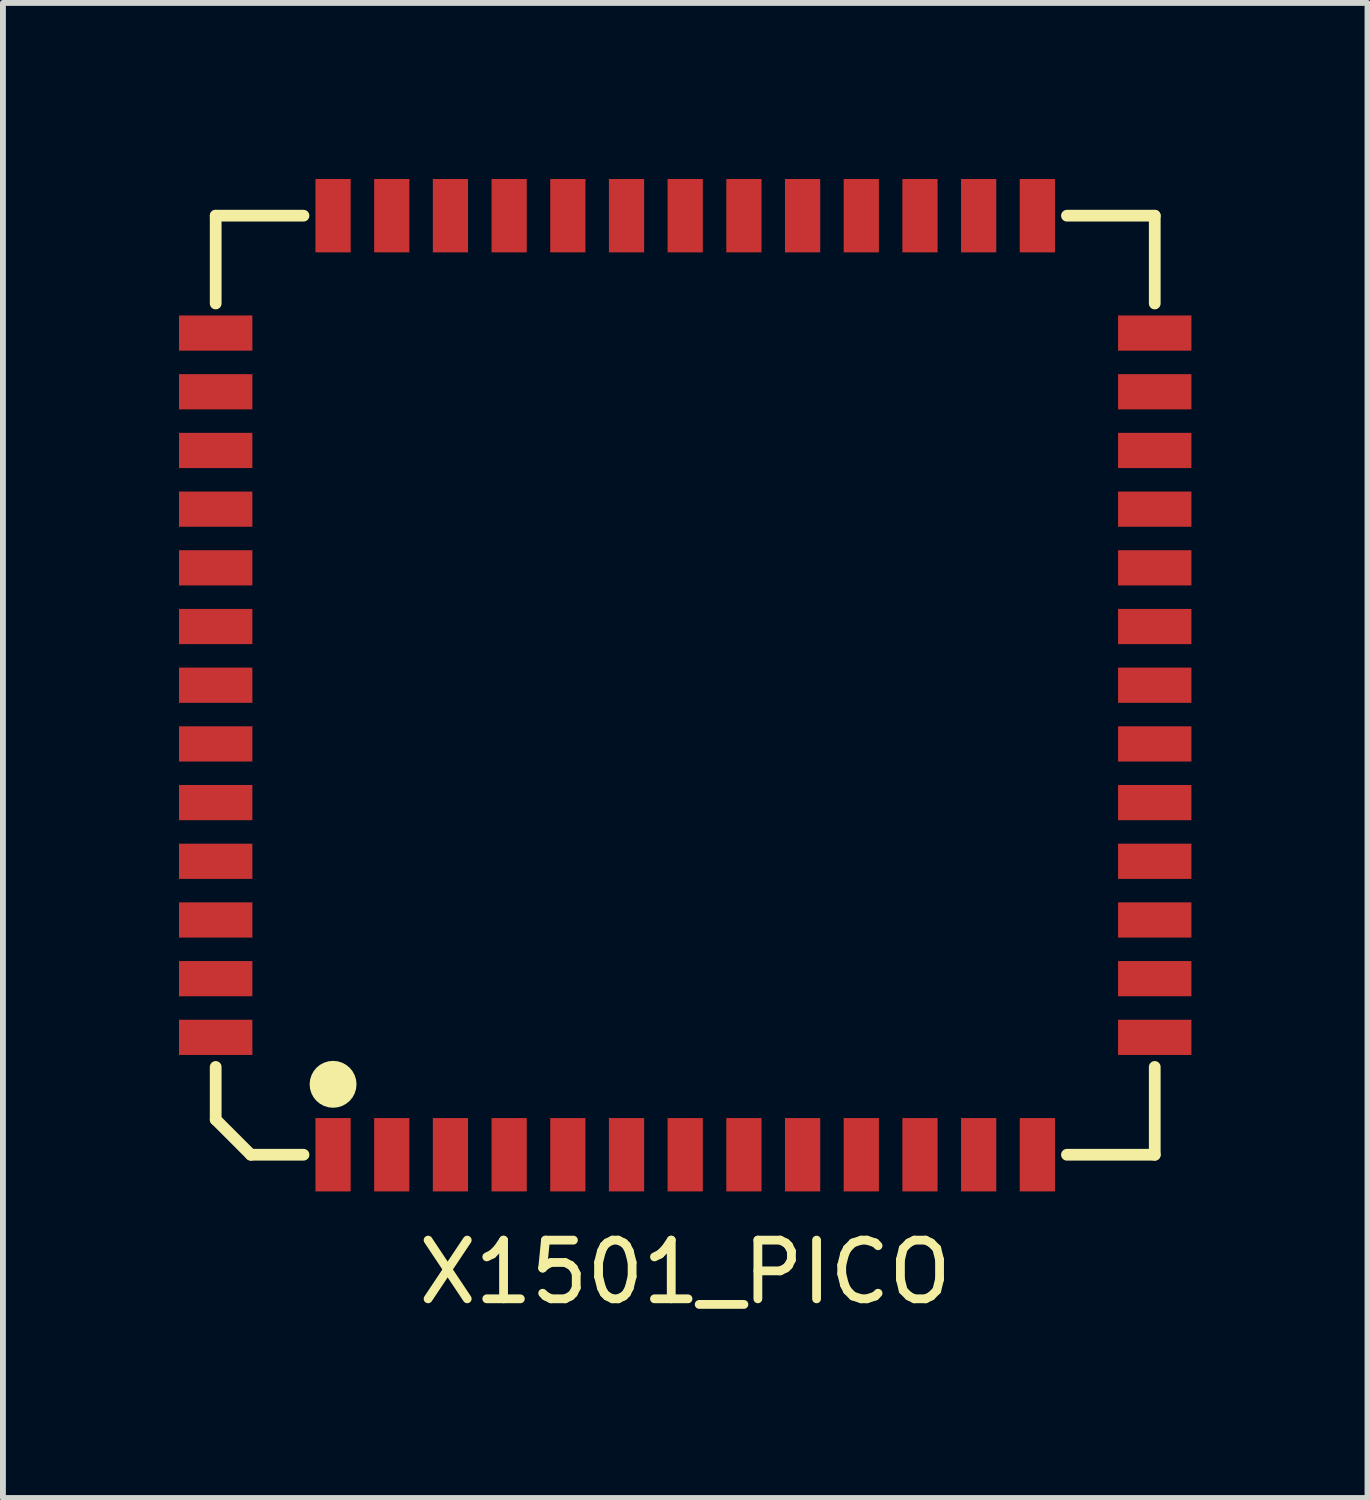
<source format=kicad_pcb>
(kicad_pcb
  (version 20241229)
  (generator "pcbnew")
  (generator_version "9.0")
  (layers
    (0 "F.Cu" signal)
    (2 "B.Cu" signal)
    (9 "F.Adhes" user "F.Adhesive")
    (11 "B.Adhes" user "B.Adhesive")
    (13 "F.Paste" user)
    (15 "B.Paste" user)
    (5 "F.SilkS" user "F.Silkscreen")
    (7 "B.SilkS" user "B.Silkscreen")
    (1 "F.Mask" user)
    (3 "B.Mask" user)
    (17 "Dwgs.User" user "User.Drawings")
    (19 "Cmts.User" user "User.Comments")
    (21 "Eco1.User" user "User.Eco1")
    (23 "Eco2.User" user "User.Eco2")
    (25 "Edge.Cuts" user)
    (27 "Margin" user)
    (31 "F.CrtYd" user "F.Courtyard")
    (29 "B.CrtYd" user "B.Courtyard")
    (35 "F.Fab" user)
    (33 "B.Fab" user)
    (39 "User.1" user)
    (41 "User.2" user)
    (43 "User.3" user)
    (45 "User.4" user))
  (footprint "X1501_PICO"
    (layer "F.Cu")
    (at 8.625 8.625)
    (property "Reference" "X1501_PICO" (at 0 10 0) (layer "F.SilkS") (effects (font (size 1 1) (thickness 0.15))))
    (attr through_hole)
    (fp_line (start -8 -8) (end -6.504 -8) (stroke (width 0.2) (type solid)) (layer "F.SilkS"))
    (fp_line (start -8 -6.504) (end -8 -8) (stroke (width 0.2) (type solid)) (layer "F.SilkS"))
    (fp_line (start -8 6.504) (end -8 7.401) (stroke (width 0.2) (type solid)) (layer "F.SilkS"))
    (fp_line (start -8 7.401) (end -7.401 8) (stroke (width 0.2) (type solid)) (layer "F.SilkS"))
    (fp_line (start -7.401 8) (end -6.504 8) (stroke (width 0.2) (type solid)) (layer "F.SilkS"))
    (fp_line (start 6.504 -8) (end 8 -8) (stroke (width 0.2) (type solid)) (layer "F.SilkS"))
    (fp_line (start 8 -8) (end 8 -6.504) (stroke (width 0.2) (type solid)) (layer "F.SilkS"))
    (fp_line (start 8 6.504) (end 8 8) (stroke (width 0.2) (type solid)) (layer "F.SilkS"))
    (fp_line (start 8 8) (end 6.504 8) (stroke (width 0.2) (type solid)) (layer "F.SilkS"))
    (fp_circle (center -6 6.8) (end -6 7) (stroke (width 0.399) (type solid)) (fill no) (layer "F.SilkS"))
    (pad "1" smd rect (at -6 8) (size 0.6 1.25) (layers "F.Cu" "F.Mask" "F.Paste"))
    (pad "2" smd rect (at -5 8) (size 0.6 1.25) (layers "F.Cu" "F.Mask" "F.Paste"))
    (pad "3" smd rect (at -4 8) (size 0.6 1.25) (layers "F.Cu" "F.Mask" "F.Paste"))
    (pad "4" smd rect (at -3 8) (size 0.6 1.25) (layers "F.Cu" "F.Mask" "F.Paste"))
    (pad "5" smd rect (at -2 8) (size 0.6 1.25) (layers "F.Cu" "F.Mask" "F.Paste"))
    (pad "6" smd rect (at -1 8) (size 0.6 1.25) (layers "F.Cu" "F.Mask" "F.Paste"))
    (pad "7" smd rect (at -0.000025 8) (size 0.6 1.25) (layers "F.Cu" "F.Mask" "F.Paste"))
    (pad "8" smd rect (at 1 8) (size 0.6 1.25) (layers "F.Cu" "F.Mask" "F.Paste"))
    (pad "9" smd rect (at 2 8) (size 0.6 1.25) (layers "F.Cu" "F.Mask" "F.Paste"))
    (pad "10" smd rect (at 3 8) (size 0.6 1.25) (layers "F.Cu" "F.Mask" "F.Paste"))
    (pad "11" smd rect (at 4 8) (size 0.6 1.25) (layers "F.Cu" "F.Mask" "F.Paste"))
    (pad "12" smd rect (at 5 8) (size 0.6 1.25) (layers "F.Cu" "F.Mask" "F.Paste"))
    (pad "13" smd rect (at 6 8) (size 0.6 1.25) (layers "F.Cu" "F.Mask" "F.Paste"))
    (pad "14" smd rect (at 8 6 90) (size 0.6 1.25) (layers "F.Cu" "F.Mask" "F.Paste"))
    (pad "15" smd rect (at 8 5 90) (size 0.6 1.25) (layers "F.Cu" "F.Mask" "F.Paste"))
    (pad "16" smd rect (at 8 4 90) (size 0.6 1.25) (layers "F.Cu" "F.Mask" "F.Paste"))
    (pad "17" smd rect (at 8 3 90) (size 0.6 1.25) (layers "F.Cu" "F.Mask" "F.Paste"))
    (pad "18" smd rect (at 8 2 90) (size 0.6 1.25) (layers "F.Cu" "F.Mask" "F.Paste"))
    (pad "19" smd rect (at 8 1 90) (size 0.6 1.25) (layers "F.Cu" "F.Mask" "F.Paste"))
    (pad "20" smd rect (at 8 0.000025 90) (size 0.6 1.25) (layers "F.Cu" "F.Mask" "F.Paste"))
    (pad "21" smd rect (at 8 -1 90) (size 0.6 1.25) (layers "F.Cu" "F.Mask" "F.Paste"))
    (pad "22" smd rect (at 8 -2 90) (size 0.6 1.25) (layers "F.Cu" "F.Mask" "F.Paste"))
    (pad "23" smd rect (at 8 -3 90) (size 0.6 1.25) (layers "F.Cu" "F.Mask" "F.Paste"))
    (pad "24" smd rect (at 8 -4 90) (size 0.6 1.25) (layers "F.Cu" "F.Mask" "F.Paste"))
    (pad "25" smd rect (at 8 -5 90) (size 0.6 1.25) (layers "F.Cu" "F.Mask" "F.Paste"))
    (pad "26" smd rect (at 8 -6 270) (size 0.6 1.25) (layers "F.Cu" "F.Mask" "F.Paste"))
    (pad "27" smd rect (at 6 -8) (size 0.6 1.25) (layers "F.Cu" "F.Mask" "F.Paste"))
    (pad "28" smd rect (at 5 -8) (size 0.6 1.25) (layers "F.Cu" "F.Mask" "F.Paste"))
    (pad "29" smd rect (at 4 -8) (size 0.6 1.25) (layers "F.Cu" "F.Mask" "F.Paste"))
    (pad "30" smd rect (at 3 -8) (size 0.6 1.25) (layers "F.Cu" "F.Mask" "F.Paste"))
    (pad "31" smd rect (at 2 -8) (size 0.6 1.25) (layers "F.Cu" "F.Mask" "F.Paste"))
    (pad "32" smd rect (at 1 -8) (size 0.6 1.25) (layers "F.Cu" "F.Mask" "F.Paste"))
    (pad "33" smd rect (at -0.000025 -8) (size 0.6 1.25) (layers "F.Cu" "F.Mask" "F.Paste"))
    (pad "34" smd rect (at -1 -8) (size 0.6 1.25) (layers "F.Cu" "F.Mask" "F.Paste"))
    (pad "35" smd rect (at -2 -8 180) (size 0.6 1.25) (layers "F.Cu" "F.Mask" "F.Paste"))
    (pad "36" smd rect (at -3 -8) (size 0.6 1.25) (layers "F.Cu" "F.Mask" "F.Paste"))
    (pad "37" smd rect (at -4 -8) (size 0.6 1.25) (layers "F.Cu" "F.Mask" "F.Paste"))
    (pad "38" smd rect (at -5 -8) (size 0.6 1.25) (layers "F.Cu" "F.Mask" "F.Paste"))
    (pad "39" smd rect (at -6 -8) (size 0.6 1.25) (layers "F.Cu" "F.Mask" "F.Paste"))
    (pad "40" smd rect (at -8 -6 90) (size 0.6 1.25) (layers "F.Cu" "F.Mask" "F.Paste"))
    (pad "41" smd rect (at -8 -5 270) (size 0.6 1.25) (layers "F.Cu" "F.Mask" "F.Paste"))
    (pad "42" smd rect (at -8 -4 270) (size 0.6 1.25) (layers "F.Cu" "F.Mask" "F.Paste"))
    (pad "43" smd rect (at -8 -3 270) (size 0.6 1.25) (layers "F.Cu" "F.Mask" "F.Paste"))
    (pad "44" smd rect (at -8 -2 270) (size 0.6 1.25) (layers "F.Cu" "F.Mask" "F.Paste"))
    (pad "45" smd rect (at -8 -1 270) (size 0.6 1.25) (layers "F.Cu" "F.Mask" "F.Paste"))
    (pad "46" smd rect (at -8 -0.000229 270) (size 0.6 1.25) (layers "F.Cu" "F.Mask" "F.Paste"))
    (pad "47" smd rect (at -8 1 270) (size 0.6 1.25) (layers "F.Cu" "F.Mask" "F.Paste"))
    (pad "48" smd rect (at -8 2 270) (size 0.6 1.25) (layers "F.Cu" "F.Mask" "F.Paste"))
    (pad "49" smd rect (at -8 3 270) (size 0.6 1.25) (layers "F.Cu" "F.Mask" "F.Paste"))
    (pad "50" smd rect (at -8 4 270) (size 0.6 1.25) (layers "F.Cu" "F.Mask" "F.Paste"))
    (pad "51" smd rect (at -8 5 270) (size 0.6 1.25) (layers "F.Cu" "F.Mask" "F.Paste"))
    (pad "52" smd rect (at -8 6 270) (size 0.6 1.25) (layers "F.Cu" "F.Mask" "F.Paste")))
  (gr_rect
    (start -3 -3)
    (end 20.25 22.473)
    (stroke (width 0.1) (type default))
    (fill no)
    (layer "Edge.Cuts")))
</source>
